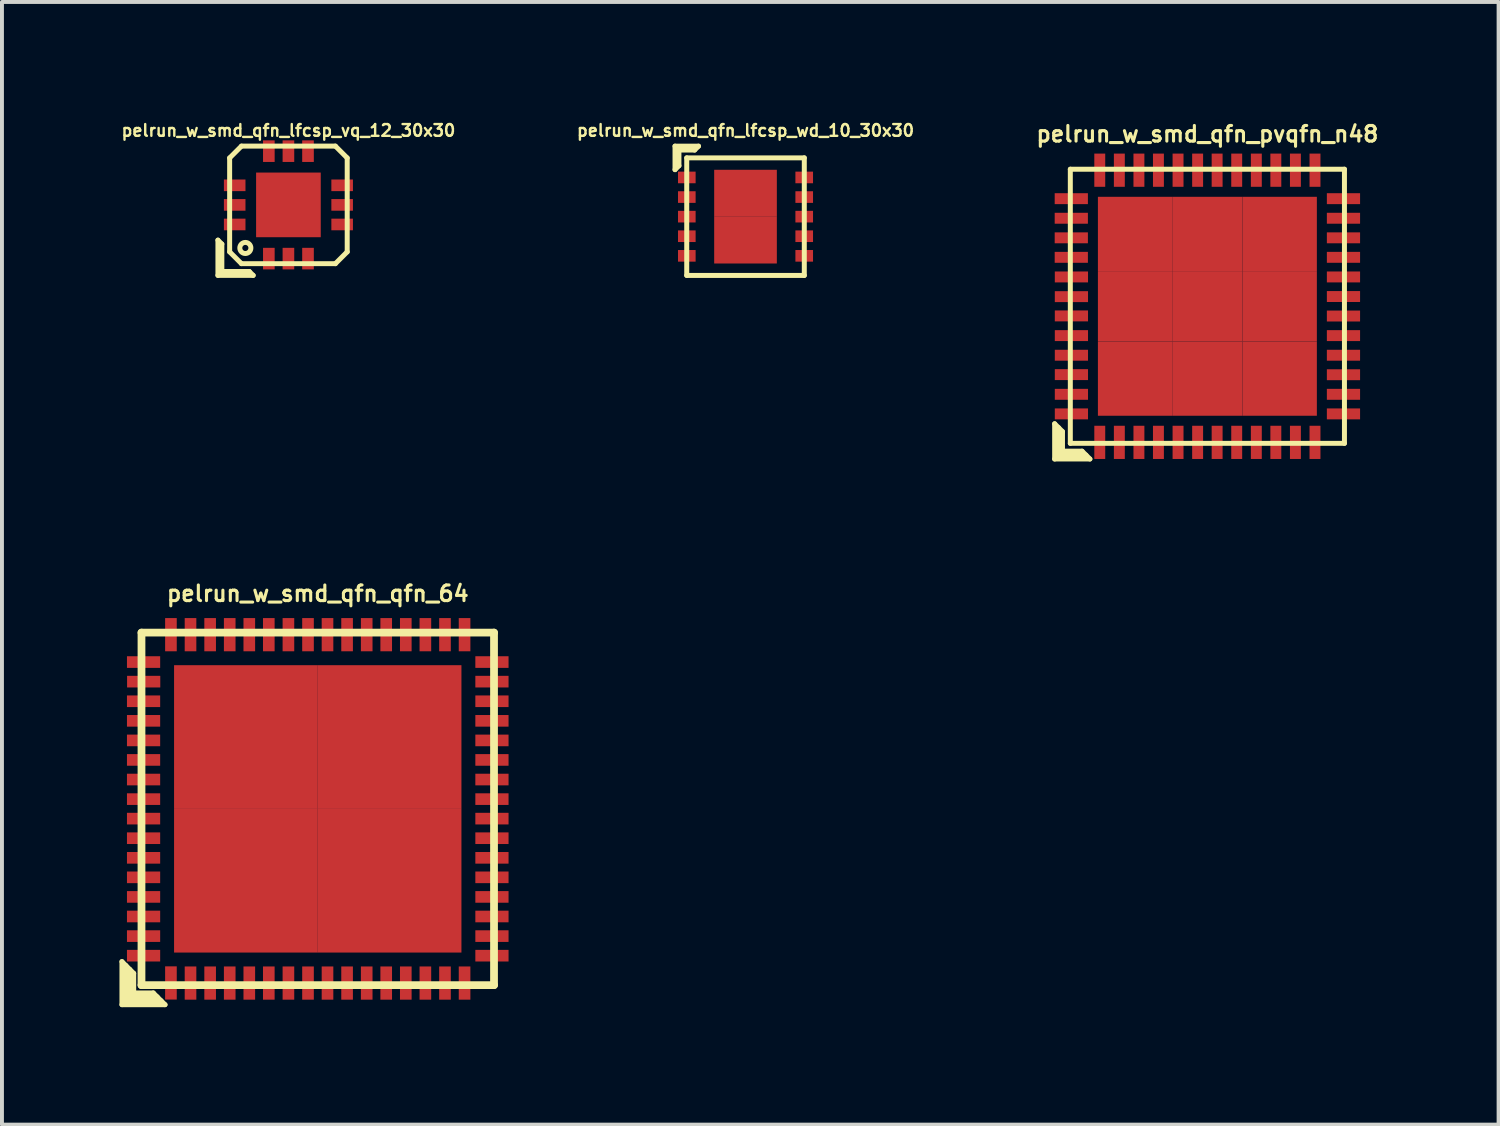
<source format=kicad_pcb>
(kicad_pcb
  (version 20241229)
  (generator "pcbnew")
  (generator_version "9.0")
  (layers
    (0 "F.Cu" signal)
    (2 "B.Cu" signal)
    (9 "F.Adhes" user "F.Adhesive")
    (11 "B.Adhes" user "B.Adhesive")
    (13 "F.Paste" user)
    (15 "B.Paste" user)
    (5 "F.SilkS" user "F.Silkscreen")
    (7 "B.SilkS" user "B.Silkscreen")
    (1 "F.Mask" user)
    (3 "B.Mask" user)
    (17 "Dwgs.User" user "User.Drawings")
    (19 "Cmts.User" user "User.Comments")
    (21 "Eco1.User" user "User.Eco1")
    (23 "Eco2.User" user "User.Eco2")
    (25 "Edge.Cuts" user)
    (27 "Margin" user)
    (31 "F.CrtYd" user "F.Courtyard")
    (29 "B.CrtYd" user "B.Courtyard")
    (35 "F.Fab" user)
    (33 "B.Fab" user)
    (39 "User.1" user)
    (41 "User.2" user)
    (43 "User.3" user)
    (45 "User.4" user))
  (footprint "pelrun_w_smd_qfn_pvqfn_n48"
    (layer "F.Cu")
    (at 27.781 4.771)
    (property "Reference" "pelrun_w_smd_qfn_pvqfn_n48" (at 0 -4.399 0) (layer "F.SilkS") (effects (font (size 0.399 0.399) (thickness 0.079))))
    (attr through_hole)
    (fp_line (start -3.9 3) (end -3.9 3.9) (stroke (width 0.127) (type solid)) (layer "F.SilkS"))
    (fp_line (start -3.9 3.9) (end -3 3.9) (stroke (width 0.127) (type solid)) (layer "F.SilkS"))
    (fp_line (start -3.8 3.8) (end -3.8 3.1) (stroke (width 0.127) (type solid)) (layer "F.SilkS"))
    (fp_line (start -3.7 3.2) (end -3.9 3) (stroke (width 0.127) (type solid)) (layer "F.SilkS"))
    (fp_line (start -3.7 3.7) (end -3.7 3.2) (stroke (width 0.127) (type solid)) (layer "F.SilkS"))
    (fp_line (start -3.5 -3.5) (end -3.5 3.5) (stroke (width 0.127) (type solid)) (layer "F.SilkS"))
    (fp_line (start -3.5 3.5) (end 3.5 3.5) (stroke (width 0.127) (type solid)) (layer "F.SilkS"))
    (fp_line (start -3.2 3.7) (end -3.7 3.7) (stroke (width 0.127) (type solid)) (layer "F.SilkS"))
    (fp_line (start -3.1 3.8) (end -3.8 3.8) (stroke (width 0.127) (type solid)) (layer "F.SilkS"))
    (fp_line (start -3 3.9) (end -3.2 3.7) (stroke (width 0.127) (type solid)) (layer "F.SilkS"))
    (fp_line (start 3.5 -3.5) (end -3.5 -3.5) (stroke (width 0.127) (type solid)) (layer "F.SilkS"))
    (fp_line (start 3.5 3.5) (end 3.5 -3.5) (stroke (width 0.127) (type solid)) (layer "F.SilkS"))
    (pad "1" smd rect (at -2.748 3.475) (size 0.279 0.848) (layers "F.Cu" "F.Mask" "F.Paste"))
    (pad "2" smd rect (at -2.248 3.475) (size 0.279 0.848) (layers "F.Cu" "F.Mask" "F.Paste"))
    (pad "3" smd rect (at -1.748 3.475) (size 0.279 0.848) (layers "F.Cu" "F.Mask" "F.Paste"))
    (pad "4" smd rect (at -1.25 3.475) (size 0.279 0.848) (layers "F.Cu" "F.Mask" "F.Paste"))
    (pad "5" smd rect (at -0.749 3.475) (size 0.279 0.848) (layers "F.Cu" "F.Mask" "F.Paste"))
    (pad "6" smd rect (at -0.249 3.475) (size 0.279 0.848) (layers "F.Cu" "F.Mask" "F.Paste"))
    (pad "7" smd rect (at 0.249 3.475) (size 0.279 0.848) (layers "F.Cu" "F.Mask" "F.Paste"))
    (pad "8" smd rect (at 0.749 3.475) (size 0.279 0.848) (layers "F.Cu" "F.Mask" "F.Paste"))
    (pad "9" smd rect (at 1.25 3.475) (size 0.279 0.848) (layers "F.Cu" "F.Mask" "F.Paste"))
    (pad "10" smd rect (at 1.748 3.475) (size 0.279 0.848) (layers "F.Cu" "F.Mask" "F.Paste"))
    (pad "11" smd rect (at 2.248 3.475) (size 0.279 0.848) (layers "F.Cu" "F.Mask" "F.Paste"))
    (pad "12" smd rect (at 2.748 3.475) (size 0.279 0.848) (layers "F.Cu" "F.Mask" "F.Paste"))
    (pad "13" smd rect (at 3.475 2.748) (size 0.848 0.279) (layers "F.Cu" "F.Mask" "F.Paste"))
    (pad "14" smd rect (at 3.475 2.248) (size 0.848 0.279) (layers "F.Cu" "F.Mask" "F.Paste"))
    (pad "15" smd rect (at 3.475 1.748) (size 0.848 0.279) (layers "F.Cu" "F.Mask" "F.Paste"))
    (pad "16" smd rect (at 3.475 1.25) (size 0.848 0.279) (layers "F.Cu" "F.Mask" "F.Paste"))
    (pad "17" smd rect (at 3.475 0.749) (size 0.848 0.279) (layers "F.Cu" "F.Mask" "F.Paste"))
    (pad "18" smd rect (at 3.475 0.249) (size 0.848 0.279) (layers "F.Cu" "F.Mask" "F.Paste"))
    (pad "19" smd rect (at 3.475 -0.249) (size 0.848 0.279) (layers "F.Cu" "F.Mask" "F.Paste"))
    (pad "20" smd rect (at 3.475 -0.749) (size 0.848 0.279) (layers "F.Cu" "F.Mask" "F.Paste"))
    (pad "21" smd rect (at 3.475 -1.25) (size 0.848 0.279) (layers "F.Cu" "F.Mask" "F.Paste"))
    (pad "22" smd rect (at 3.475 -1.748) (size 0.848 0.279) (layers "F.Cu" "F.Mask" "F.Paste"))
    (pad "23" smd rect (at 3.475 -2.248) (size 0.848 0.279) (layers "F.Cu" "F.Mask" "F.Paste"))
    (pad "24" smd rect (at 3.475 -2.748) (size 0.848 0.279) (layers "F.Cu" "F.Mask" "F.Paste"))
    (pad "25" smd rect (at 2.748 -3.475) (size 0.279 0.848) (layers "F.Cu" "F.Mask" "F.Paste"))
    (pad "26" smd rect (at 2.248 -3.475) (size 0.279 0.848) (layers "F.Cu" "F.Mask" "F.Paste"))
    (pad "27" smd rect (at 1.748 -3.475) (size 0.279 0.848) (layers "F.Cu" "F.Mask" "F.Paste"))
    (pad "28" smd rect (at 1.25 -3.475) (size 0.279 0.848) (layers "F.Cu" "F.Mask" "F.Paste"))
    (pad "29" smd rect (at 0.749 -3.475) (size 0.279 0.848) (layers "F.Cu" "F.Mask" "F.Paste"))
    (pad "30" smd rect (at 0.249 -3.475) (size 0.279 0.848) (layers "F.Cu" "F.Mask" "F.Paste"))
    (pad "31" smd rect (at -0.249 -3.475) (size 0.279 0.848) (layers "F.Cu" "F.Mask" "F.Paste"))
    (pad "32" smd rect (at -0.749 -3.475) (size 0.279 0.848) (layers "F.Cu" "F.Mask" "F.Paste"))
    (pad "33" smd rect (at -1.25 -3.475) (size 0.279 0.848) (layers "F.Cu" "F.Mask" "F.Paste"))
    (pad "34" smd rect (at -1.748 -3.475) (size 0.279 0.848) (layers "F.Cu" "F.Mask" "F.Paste"))
    (pad "35" smd rect (at -2.248 -3.475) (size 0.279 0.848) (layers "F.Cu" "F.Mask" "F.Paste"))
    (pad "36" smd rect (at -2.748 -3.475) (size 0.279 0.848) (layers "F.Cu" "F.Mask" "F.Paste"))
    (pad "37" smd rect (at -3.475 -2.748) (size 0.848 0.279) (layers "F.Cu" "F.Mask" "F.Paste"))
    (pad "38" smd rect (at -3.475 -2.248) (size 0.848 0.279) (layers "F.Cu" "F.Mask" "F.Paste"))
    (pad "39" smd rect (at -3.475 -1.748) (size 0.848 0.279) (layers "F.Cu" "F.Mask" "F.Paste"))
    (pad "40" smd rect (at -3.475 -1.25) (size 0.848 0.279) (layers "F.Cu" "F.Mask" "F.Paste"))
    (pad "41" smd rect (at -3.472 -0.749) (size 0.848 0.279) (layers "F.Cu" "F.Mask" "F.Paste"))
    (pad "42" smd rect (at -3.472 -0.246) (size 0.848 0.279) (layers "F.Cu" "F.Mask" "F.Paste"))
    (pad "43" smd rect (at -3.472 0.246) (size 0.848 0.279) (layers "F.Cu" "F.Mask" "F.Paste"))
    (pad "44" smd rect (at -3.472 0.749) (size 0.848 0.279) (layers "F.Cu" "F.Mask" "F.Paste"))
    (pad "45" smd rect (at -3.472 1.25) (size 0.848 0.279) (layers "F.Cu" "F.Mask" "F.Paste"))
    (pad "46" smd rect (at -3.472 1.745) (size 0.848 0.279) (layers "F.Cu" "F.Mask" "F.Paste"))
    (pad "47" smd rect (at -3.472 2.248) (size 0.848 0.279) (layers "F.Cu" "F.Mask" "F.Paste"))
    (pad "48" smd rect (at -3.472 2.748) (size 0.848 0.279) (layers "F.Cu" "F.Mask" "F.Paste"))
    (pad "49" smd rect (at -1.847 -1.847) (size 1.897 1.897) (layers "F.Cu" "F.Mask" "F.Paste"))
    (pad "49" smd rect (at -1.847 0) (size 1.897 1.796) (layers "F.Cu" "F.Mask" "F.Paste"))
    (pad "49" smd rect (at -1.847 1.847) (size 1.897 1.897) (layers "F.Cu" "F.Mask" "F.Paste"))
    (pad "49" smd rect (at 0 -1.847) (size 1.796 1.897) (layers "F.Cu" "F.Mask" "F.Paste"))
    (pad "49" smd rect (at 0 0) (size 1.796 1.796) (layers "F.Cu" "F.Mask" "F.Paste"))
    (pad "49" smd rect (at 0 1.847) (size 1.796 1.897) (layers "F.Cu" "F.Mask" "F.Paste"))
    (pad "49" smd rect (at 1.847 -1.847) (size 1.897 1.897) (layers "F.Cu" "F.Mask" "F.Paste"))
    (pad "49" smd rect (at 1.847 0) (size 1.897 1.796) (layers "F.Cu" "F.Mask" "F.Paste"))
    (pad "49" smd rect (at 1.847 1.847) (size 1.897 1.897) (layers "F.Cu" "F.Mask" "F.Paste")))
  (footprint "pelrun_w_smd_qfn_qfn_64"
    (layer "F.Cu")
    (at 5.064 17.605)
    (property "Reference" "pelrun_w_smd_qfn_qfn_64" (at 0 -5.499 0) (layer "F.SilkS") (effects (font (size 0.399 0.399) (thickness 0.079))))
    (attr through_hole)
    (fp_line (start -5 3.9) (end -5 5) (stroke (width 0.127) (type solid)) (layer "F.SilkS"))
    (fp_line (start -5 5) (end -3.9 5) (stroke (width 0.127) (type solid)) (layer "F.SilkS"))
    (fp_line (start -4.9 4.9) (end -4.9 4) (stroke (width 0.127) (type solid)) (layer "F.SilkS"))
    (fp_line (start -4.8 4.1) (end -4.8 4.8) (stroke (width 0.127) (type solid)) (layer "F.SilkS"))
    (fp_line (start -4.8 4.8) (end -4.1 4.8) (stroke (width 0.127) (type solid)) (layer "F.SilkS"))
    (fp_line (start -4.7 4.2) (end -5 3.9) (stroke (width 0.127) (type solid)) (layer "F.SilkS"))
    (fp_line (start -4.7 4.7) (end -4.7 4.2) (stroke (width 0.127) (type solid)) (layer "F.SilkS"))
    (fp_line (start -4.501 -4.501) (end -4.501 4.501) (stroke (width 0.198) (type solid)) (layer "F.SilkS"))
    (fp_line (start -4.501 4.501) (end 4.501 4.501) (stroke (width 0.198) (type solid)) (layer "F.SilkS"))
    (fp_line (start -4.2 4.7) (end -4.7 4.7) (stroke (width 0.127) (type solid)) (layer "F.SilkS"))
    (fp_line (start -4 4.9) (end -4.9 4.9) (stroke (width 0.127) (type solid)) (layer "F.SilkS"))
    (fp_line (start -3.9 5) (end -4.2 4.7) (stroke (width 0.127) (type solid)) (layer "F.SilkS"))
    (fp_line (start 4.501 -4.501) (end -4.501 -4.501) (stroke (width 0.198) (type solid)) (layer "F.SilkS"))
    (fp_line (start 4.501 4.501) (end 4.501 -4.501) (stroke (width 0.198) (type solid)) (layer "F.SilkS"))
    (pad "1" smd rect (at -3.749 4.445) (size 0.297 0.848) (layers "F.Cu" "F.Mask" "F.Paste"))
    (pad "2" smd rect (at -3.249 4.448) (size 0.297 0.848) (layers "F.Cu" "F.Mask" "F.Paste"))
    (pad "3" smd rect (at -2.748 4.448) (size 0.297 0.848) (layers "F.Cu" "F.Mask" "F.Paste"))
    (pad "4" smd rect (at -2.248 4.448) (size 0.297 0.848) (layers "F.Cu" "F.Mask" "F.Paste"))
    (pad "5" smd rect (at -1.748 4.448) (size 0.297 0.848) (layers "F.Cu" "F.Mask" "F.Paste"))
    (pad "6" smd rect (at -1.25 4.448) (size 0.297 0.848) (layers "F.Cu" "F.Mask" "F.Paste"))
    (pad "7" smd rect (at -0.749 4.448) (size 0.297 0.848) (layers "F.Cu" "F.Mask" "F.Paste"))
    (pad "8" smd rect (at -0.249 4.448) (size 0.297 0.848) (layers "F.Cu" "F.Mask" "F.Paste"))
    (pad "9" smd rect (at 0.249 4.448) (size 0.297 0.848) (layers "F.Cu" "F.Mask" "F.Paste"))
    (pad "10" smd rect (at 0.749 4.448) (size 0.297 0.848) (layers "F.Cu" "F.Mask" "F.Paste"))
    (pad "11" smd rect (at 1.25 4.448) (size 0.297 0.848) (layers "F.Cu" "F.Mask" "F.Paste"))
    (pad "12" smd rect (at 1.748 4.448) (size 0.297 0.848) (layers "F.Cu" "F.Mask" "F.Paste"))
    (pad "13" smd rect (at 2.248 4.448) (size 0.297 0.848) (layers "F.Cu" "F.Mask" "F.Paste"))
    (pad "14" smd rect (at 2.748 4.448) (size 0.297 0.848) (layers "F.Cu" "F.Mask" "F.Paste"))
    (pad "15" smd rect (at 3.249 4.448) (size 0.297 0.848) (layers "F.Cu" "F.Mask" "F.Paste"))
    (pad "16" smd rect (at 3.749 4.448) (size 0.297 0.848) (layers "F.Cu" "F.Mask" "F.Paste"))
    (pad "17" smd rect (at 4.448 3.749) (size 0.848 0.297) (layers "F.Cu" "F.Mask" "F.Paste"))
    (pad "18" smd rect (at 4.448 3.249) (size 0.848 0.297) (layers "F.Cu" "F.Mask" "F.Paste"))
    (pad "19" smd rect (at 4.448 2.748) (size 0.848 0.297) (layers "F.Cu" "F.Mask" "F.Paste"))
    (pad "20" smd rect (at 4.448 2.248) (size 0.848 0.297) (layers "F.Cu" "F.Mask" "F.Paste"))
    (pad "21" smd rect (at 4.448 1.748) (size 0.848 0.297) (layers "F.Cu" "F.Mask" "F.Paste"))
    (pad "22" smd rect (at 4.448 1.25) (size 0.848 0.297) (layers "F.Cu" "F.Mask" "F.Paste"))
    (pad "23" smd rect (at 4.448 0.749) (size 0.848 0.297) (layers "F.Cu" "F.Mask" "F.Paste"))
    (pad "24" smd rect (at 4.448 0.249) (size 0.848 0.297) (layers "F.Cu" "F.Mask" "F.Paste"))
    (pad "25" smd rect (at 4.448 -0.249) (size 0.848 0.297) (layers "F.Cu" "F.Mask" "F.Paste"))
    (pad "26" smd rect (at 4.448 -0.749) (size 0.848 0.297) (layers "F.Cu" "F.Mask" "F.Paste"))
    (pad "27" smd rect (at 4.448 -1.25) (size 0.848 0.297) (layers "F.Cu" "F.Mask" "F.Paste"))
    (pad "28" smd rect (at 4.448 -1.748) (size 0.848 0.297) (layers "F.Cu" "F.Mask" "F.Paste"))
    (pad "29" smd rect (at 4.448 -2.248) (size 0.848 0.297) (layers "F.Cu" "F.Mask" "F.Paste"))
    (pad "30" smd rect (at 4.448 -2.748) (size 0.848 0.297) (layers "F.Cu" "F.Mask" "F.Paste"))
    (pad "31" smd rect (at 4.448 -3.249) (size 0.848 0.297) (layers "F.Cu" "F.Mask" "F.Paste"))
    (pad "32" smd rect (at 4.448 -3.749) (size 0.848 0.297) (layers "F.Cu" "F.Mask" "F.Paste"))
    (pad "33" smd rect (at 3.749 -4.448) (size 0.297 0.848) (layers "F.Cu" "F.Mask" "F.Paste"))
    (pad "34" smd rect (at 3.249 -4.448) (size 0.297 0.848) (layers "F.Cu" "F.Mask" "F.Paste"))
    (pad "35" smd rect (at 2.748 -4.448) (size 0.297 0.848) (layers "F.Cu" "F.Mask" "F.Paste"))
    (pad "36" smd rect (at 2.248 -4.448) (size 0.297 0.848) (layers "F.Cu" "F.Mask" "F.Paste"))
    (pad "37" smd rect (at 1.748 -4.448) (size 0.297 0.848) (layers "F.Cu" "F.Mask" "F.Paste"))
    (pad "38" smd rect (at 1.25 -4.448) (size 0.297 0.848) (layers "F.Cu" "F.Mask" "F.Paste"))
    (pad "39" smd rect (at 0.749 -4.448) (size 0.297 0.848) (layers "F.Cu" "F.Mask" "F.Paste"))
    (pad "40" smd rect (at 0.249 -4.448) (size 0.297 0.848) (layers "F.Cu" "F.Mask" "F.Paste"))
    (pad "41" smd rect (at -0.249 -4.448) (size 0.297 0.848) (layers "F.Cu" "F.Mask" "F.Paste"))
    (pad "42" smd rect (at -0.749 -4.448) (size 0.297 0.848) (layers "F.Cu" "F.Mask" "F.Paste"))
    (pad "43" smd rect (at -1.25 -4.448) (size 0.297 0.848) (layers "F.Cu" "F.Mask" "F.Paste"))
    (pad "44" smd rect (at -1.748 -4.448) (size 0.297 0.848) (layers "F.Cu" "F.Mask" "F.Paste"))
    (pad "45" smd rect (at -2.248 -4.448) (size 0.297 0.848) (layers "F.Cu" "F.Mask" "F.Paste"))
    (pad "46" smd rect (at -2.748 -4.448) (size 0.297 0.848) (layers "F.Cu" "F.Mask" "F.Paste"))
    (pad "47" smd rect (at -3.249 -4.448) (size 0.297 0.848) (layers "F.Cu" "F.Mask" "F.Paste"))
    (pad "48" smd rect (at -3.749 -4.448) (size 0.297 0.848) (layers "F.Cu" "F.Mask" "F.Paste"))
    (pad "49" smd rect (at -4.448 -3.749) (size 0.848 0.297) (layers "F.Cu" "F.Mask" "F.Paste"))
    (pad "50" smd rect (at -4.445 -3.249) (size 0.848 0.297) (layers "F.Cu" "F.Mask" "F.Paste"))
    (pad "51" smd rect (at -4.448 -2.748) (size 0.848 0.297) (layers "F.Cu" "F.Mask" "F.Paste"))
    (pad "52" smd rect (at -4.448 -2.248) (size 0.848 0.297) (layers "F.Cu" "F.Mask" "F.Paste"))
    (pad "53" smd rect (at -4.448 -1.748) (size 0.848 0.297) (layers "F.Cu" "F.Mask" "F.Paste"))
    (pad "54" smd rect (at -4.448 -1.25) (size 0.848 0.297) (layers "F.Cu" "F.Mask" "F.Paste"))
    (pad "55" smd rect (at -4.448 -0.749) (size 0.848 0.297) (layers "F.Cu" "F.Mask" "F.Paste"))
    (pad "56" smd rect (at -4.448 -0.249) (size 0.848 0.297) (layers "F.Cu" "F.Mask" "F.Paste"))
    (pad "57" smd rect (at -4.448 0.249) (size 0.848 0.297) (layers "F.Cu" "F.Mask" "F.Paste"))
    (pad "58" smd rect (at -4.448 0.749) (size 0.848 0.297) (layers "F.Cu" "F.Mask" "F.Paste"))
    (pad "59" smd rect (at -4.448 1.25) (size 0.848 0.297) (layers "F.Cu" "F.Mask" "F.Paste"))
    (pad "60" smd rect (at -4.448 1.748) (size 0.848 0.297) (layers "F.Cu" "F.Mask" "F.Paste"))
    (pad "61" smd rect (at -4.448 2.248) (size 0.848 0.297) (layers "F.Cu" "F.Mask" "F.Paste"))
    (pad "62" smd rect (at -4.448 2.748) (size 0.848 0.297) (layers "F.Cu" "F.Mask" "F.Paste"))
    (pad "63" smd rect (at -4.448 3.249) (size 0.848 0.297) (layers "F.Cu" "F.Mask" "F.Paste"))
    (pad "64" smd rect (at -4.448 3.749) (size 0.848 0.297) (layers "F.Cu" "F.Mask" "F.Paste"))
    (pad "65" smd rect (at -1.834 -1.834) (size 3.67 3.67) (layers "F.Cu" "F.Mask" "F.Paste"))
    (pad "65" smd rect (at -1.834 1.834) (size 3.67 3.67) (layers "F.Cu" "F.Mask" "F.Paste"))
    (pad "65" smd rect (at 1.834 -1.834) (size 3.67 3.67) (layers "F.Cu" "F.Mask" "F.Paste"))
    (pad "65" smd rect (at 1.834 1.834) (size 3.67 3.67) (layers "F.Cu" "F.Mask" "F.Paste")))
  (footprint "pelrun_w_smd_qfn_lfcsp_wd_10_30x30"
    (layer "F.Cu")
    (at 15.987 2.482)
    (property "Reference" "pelrun_w_smd_qfn_lfcsp_wd_10_30x30" (at 0 -2.2 0) (layer "F.SilkS") (effects (font (size 0.3 0.3) (thickness 0.061))))
    (attr through_hole)
    (fp_line (start -1.8 -1.8) (end -1.8 -1.2) (stroke (width 0.127) (type solid)) (layer "F.SilkS"))
    (fp_line (start -1.8 -1.2) (end -1.7 -1.3) (stroke (width 0.127) (type solid)) (layer "F.SilkS"))
    (fp_line (start -1.7 -1.7) (end -1.3 -1.7) (stroke (width 0.127) (type solid)) (layer "F.SilkS"))
    (fp_line (start -1.7 -1.3) (end -1.7 -1.7) (stroke (width 0.127) (type solid)) (layer "F.SilkS"))
    (fp_line (start -1.501 -1.501) (end -1.501 1.501) (stroke (width 0.127) (type solid)) (layer "F.SilkS"))
    (fp_line (start -1.501 1.501) (end 1.501 1.501) (stroke (width 0.127) (type solid)) (layer "F.SilkS"))
    (fp_line (start -1.3 -1.7) (end -1.2 -1.8) (stroke (width 0.127) (type solid)) (layer "F.SilkS"))
    (fp_line (start -1.2 -1.8) (end -1.8 -1.8) (stroke (width 0.127) (type solid)) (layer "F.SilkS"))
    (fp_line (start 1.501 -1.501) (end -1.501 -1.501) (stroke (width 0.127) (type solid)) (layer "F.SilkS"))
    (fp_line (start 1.501 1.501) (end 1.501 -1.501) (stroke (width 0.127) (type solid)) (layer "F.SilkS"))
    (pad "1" smd rect (at -1.499 -1.001) (size 0.45 0.297) (layers "F.Cu" "F.Mask" "F.Paste"))
    (pad "2" smd rect (at -1.499 -0.5) (size 0.45 0.297) (layers "F.Cu" "F.Mask" "F.Paste"))
    (pad "3" smd rect (at -1.499 0) (size 0.45 0.297) (layers "F.Cu" "F.Mask" "F.Paste"))
    (pad "4" smd rect (at -1.499 0.5) (size 0.45 0.297) (layers "F.Cu" "F.Mask" "F.Paste"))
    (pad "5" smd rect (at -1.499 1.001) (size 0.45 0.297) (layers "F.Cu" "F.Mask" "F.Paste"))
    (pad "6" smd rect (at 1.499 1.001) (size 0.45 0.297) (layers "F.Cu" "F.Mask" "F.Paste"))
    (pad "7" smd rect (at 1.499 0.5) (size 0.45 0.297) (layers "F.Cu" "F.Mask" "F.Paste"))
    (pad "8" smd rect (at 1.499 0) (size 0.45 0.297) (layers "F.Cu" "F.Mask" "F.Paste"))
    (pad "9" smd rect (at 1.499 -0.5) (size 0.45 0.297) (layers "F.Cu" "F.Mask" "F.Paste"))
    (pad "10" smd rect (at 1.499 -1.001) (size 0.45 0.297) (layers "F.Cu" "F.Mask" "F.Paste"))
    (pad "11" smd rect (at 0 -0.597) (size 1.6 1.199) (layers "F.Cu" "F.Mask" "F.Paste"))
    (pad "11" smd rect (at 0 0.597) (size 1.6 1.199) (layers "F.Cu" "F.Mask" "F.Paste")))
  (footprint "pelrun_w_smd_qfn_lfcsp_vq_12_30x30"
    (layer "F.Cu")
    (at 4.315 2.182)
    (property "Reference" "pelrun_w_smd_qfn_lfcsp_vq_12_30x30" (at 0 -1.9 0) (layer "F.SilkS") (effects (font (size 0.3 0.3) (thickness 0.061))))
    (attr through_hole)
    (fp_line (start -1.8 0.9) (end -1.8 1.8) (stroke (width 0.127) (type solid)) (layer "F.SilkS"))
    (fp_line (start -1.8 1.8) (end -0.9 1.8) (stroke (width 0.127) (type solid)) (layer "F.SilkS"))
    (fp_line (start -1.7 1) (end -1.8 0.9) (stroke (width 0.127) (type solid)) (layer "F.SilkS"))
    (fp_line (start -1.7 1.7) (end -1.7 1) (stroke (width 0.127) (type solid)) (layer "F.SilkS"))
    (fp_line (start -1.501 -1.199) (end -1.199 -1.501) (stroke (width 0.127) (type solid)) (layer "F.SilkS"))
    (fp_line (start -1.501 1.199) (end -1.501 -1.199) (stroke (width 0.127) (type solid)) (layer "F.SilkS"))
    (fp_line (start -1.5 1.2) (end -1.2 1.5) (stroke (width 0.127) (type solid)) (layer "F.SilkS"))
    (fp_line (start -1.199 -1.501) (end 1.199 -1.501) (stroke (width 0.127) (type solid)) (layer "F.SilkS"))
    (fp_line (start -1 1.7) (end -1.7 1.7) (stroke (width 0.127) (type solid)) (layer "F.SilkS"))
    (fp_line (start -0.9 1.8) (end -1 1.7) (stroke (width 0.127) (type solid)) (layer "F.SilkS"))
    (fp_line (start 1.199 -1.501) (end 1.501 -1.199) (stroke (width 0.127) (type solid)) (layer "F.SilkS"))
    (fp_line (start 1.199 1.501) (end -1.199 1.501) (stroke (width 0.127) (type solid)) (layer "F.SilkS"))
    (fp_line (start 1.501 -1.199) (end 1.501 1.199) (stroke (width 0.127) (type solid)) (layer "F.SilkS"))
    (fp_line (start 1.501 1.199) (end 1.199 1.501) (stroke (width 0.127) (type solid)) (layer "F.SilkS"))
    (fp_circle (center -1.1 1.1) (end -1.199 1.201) (stroke (width 0.127) (type solid)) (fill no) (layer "F.SilkS"))
    (pad "1" smd rect (at -0.5 1.372) (size 0.297 0.551) (layers "F.Cu" "F.Mask" "F.Paste"))
    (pad "2" smd rect (at 0 1.372) (size 0.297 0.551) (layers "F.Cu" "F.Mask" "F.Paste"))
    (pad "3" smd rect (at 0.5 1.372) (size 0.297 0.551) (layers "F.Cu" "F.Mask" "F.Paste"))
    (pad "4" smd rect (at 1.372 0.5) (size 0.551 0.297) (layers "F.Cu" "F.Mask" "F.Paste"))
    (pad "5" smd rect (at 1.372 0) (size 0.551 0.297) (layers "F.Cu" "F.Mask" "F.Paste"))
    (pad "6" smd rect (at 1.372 -0.5) (size 0.551 0.297) (layers "F.Cu" "F.Mask" "F.Paste"))
    (pad "7" smd rect (at 0.5 -1.372) (size 0.297 0.551) (layers "F.Cu" "F.Mask" "F.Paste"))
    (pad "8" smd rect (at 0 -1.372) (size 0.297 0.551) (layers "F.Cu" "F.Mask" "F.Paste"))
    (pad "9" smd rect (at -0.5 -1.372) (size 0.297 0.551) (layers "F.Cu" "F.Mask" "F.Paste"))
    (pad "10" smd rect (at -1.372 -0.5) (size 0.551 0.297) (layers "F.Cu" "F.Mask" "F.Paste"))
    (pad "11" smd rect (at -1.372 0) (size 0.551 0.297) (layers "F.Cu" "F.Mask" "F.Paste"))
    (pad "12" smd rect (at -1.372 0.5) (size 0.551 0.297) (layers "F.Cu" "F.Mask" "F.Paste"))
    (pad "13" smd rect (at 0 0) (size 1.651 1.651) (layers "F.Cu" "F.Mask" "F.Paste")))
  (gr_rect
    (start -3 -3)
    (end 35.217 25.668)
    (stroke (width 0.1) (type default))
    (fill no)
    (layer "Edge.Cuts")))
</source>
